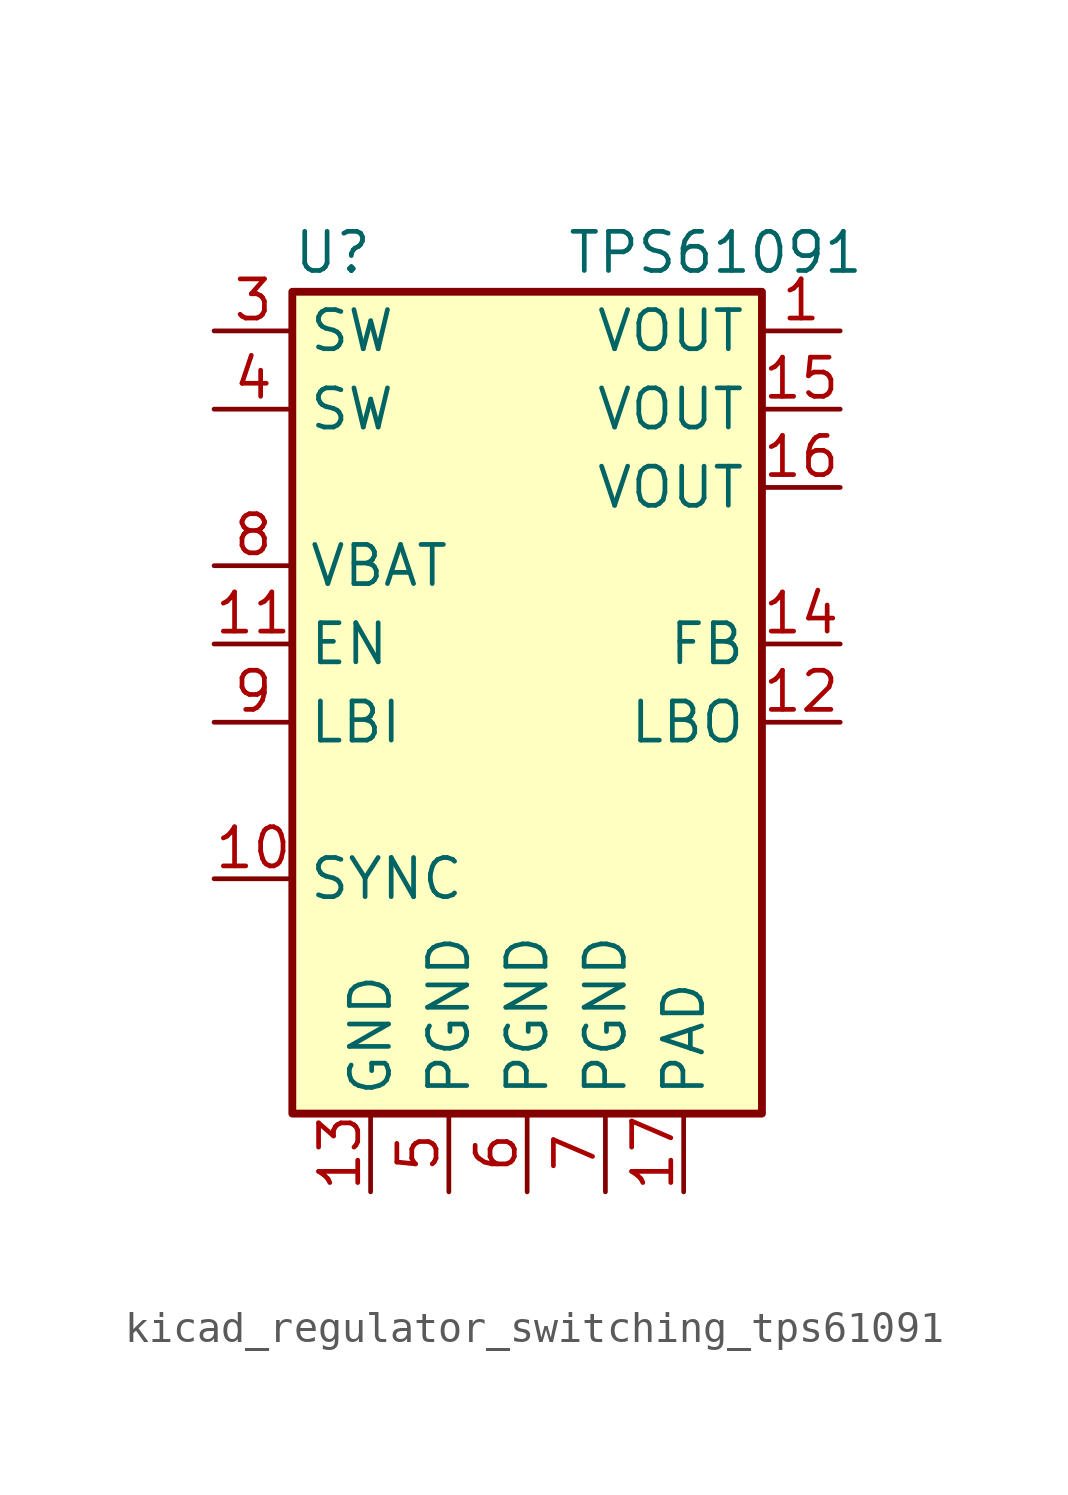
<source format=kicad_sym>
(kicad_symbol_lib
  (version 20220914)
  (generator kicad_symbol_editor)
  (symbol "kicad_regulator_switching_tps61091"
    (property "Reference" "U"
      (at -7.62 15.24 0)
      (effects (font (size 1.27 1.27)) (justify left)))
    (property "Value" "TPS61091"
      (at 1.27 15.24 0)
      (effects (font (size 1.27 1.27)) (justify left)))
    (symbol "kicad_regulator_switching_tps61091_0_0"
      (pin power_out line (at 10.16 12.7 180) (length 2.54) (name "VOUT" (effects (font (size 1.27 1.27)))) (number "1" (effects (font (size 1.27 1.27)))))
      (pin input line (at -10.16 -5.08 0) (length 2.54) (name "SYNC" (effects (font (size 1.27 1.27)))) (number "10" (effects (font (size 1.27 1.27)))))
      (pin input line (at -10.16 2.54 0) (length 2.54) (name "EN" (effects (font (size 1.27 1.27)))) (number "11" (effects (font (size 1.27 1.27)))))
      (pin open_collector line (at 10.16 0 180) (length 2.54) (name "LBO" (effects (font (size 1.27 1.27)))) (number "12" (effects (font (size 1.27 1.27)))))
      (pin power_in line (at -5.08 -15.24 90) (length 2.54) (name "GND" (effects (font (size 1.27 1.27)))) (number "13" (effects (font (size 1.27 1.27)))))
      (pin input line (at 10.16 2.54 180) (length 2.54) (name "FB" (effects (font (size 1.27 1.27)))) (number "14" (effects (font (size 1.27 1.27)))))
      (pin passive line (at 10.16 10.16 180) (length 2.54) (name "VOUT" (effects (font (size 1.27 1.27)))) (number "15" (effects (font (size 1.27 1.27)))))
      (pin passive line (at 10.16 7.62 180) (length 2.54) (name "VOUT" (effects (font (size 1.27 1.27)))) (number "16" (effects (font (size 1.27 1.27)))))
      (pin power_in line (at 5.08 -15.24 90) (length 2.54) (name "PAD" (effects (font (size 1.27 1.27)))) (number "17" (effects (font (size 1.27 1.27)))))
      (pin no_connect line (at 10.16 -5.08 180) (length 2.54) hide (name "NC" (effects (font (size 1.27 1.27)))) (number "2" (effects (font (size 1.27 1.27)))))
      (pin passive line (at -10.16 12.7 0) (length 2.54) (name "SW" (effects (font (size 1.27 1.27)))) (number "3" (effects (font (size 1.27 1.27)))))
      (pin passive line (at -10.16 10.16 0) (length 2.54) (name "SW" (effects (font (size 1.27 1.27)))) (number "4" (effects (font (size 1.27 1.27)))))
      (pin power_in line (at -2.54 -15.24 90) (length 2.54) (name "PGND" (effects (font (size 1.27 1.27)))) (number "5" (effects (font (size 1.27 1.27)))))
      (pin power_in line (at 0 -15.24 90) (length 2.54) (name "PGND" (effects (font (size 1.27 1.27)))) (number "6" (effects (font (size 1.27 1.27)))))
      (pin power_in line (at 2.54 -15.24 90) (length 2.54) (name "PGND" (effects (font (size 1.27 1.27)))) (number "7" (effects (font (size 1.27 1.27)))))
      (pin power_in line (at -10.16 5.08 0) (length 2.54) (name "VBAT" (effects (font (size 1.27 1.27)))) (number "8" (effects (font (size 1.27 1.27)))))
      (pin input line (at -10.16 0 0) (length 2.54) (name "LBI" (effects (font (size 1.27 1.27)))) (number "9" (effects (font (size 1.27 1.27))))))
    (symbol "kicad_regulator_switching_tps61091_0_1"
      (rectangle (start -7.62 13.97) (end 7.62 -12.7) (stroke (width 0.254) (type default)) (fill (type background))))))
</source>
